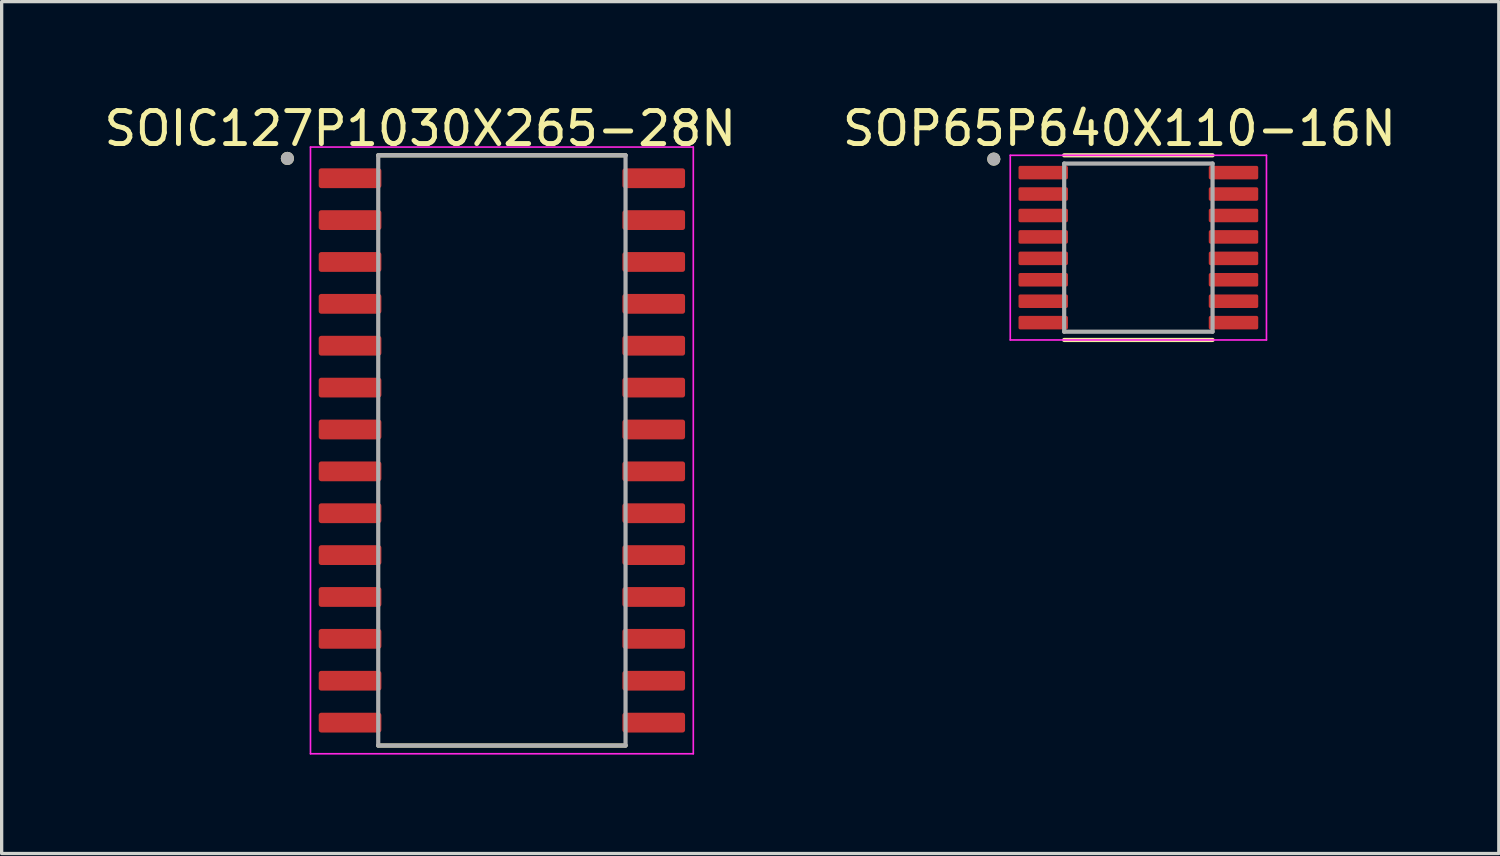
<source format=kicad_pcb>
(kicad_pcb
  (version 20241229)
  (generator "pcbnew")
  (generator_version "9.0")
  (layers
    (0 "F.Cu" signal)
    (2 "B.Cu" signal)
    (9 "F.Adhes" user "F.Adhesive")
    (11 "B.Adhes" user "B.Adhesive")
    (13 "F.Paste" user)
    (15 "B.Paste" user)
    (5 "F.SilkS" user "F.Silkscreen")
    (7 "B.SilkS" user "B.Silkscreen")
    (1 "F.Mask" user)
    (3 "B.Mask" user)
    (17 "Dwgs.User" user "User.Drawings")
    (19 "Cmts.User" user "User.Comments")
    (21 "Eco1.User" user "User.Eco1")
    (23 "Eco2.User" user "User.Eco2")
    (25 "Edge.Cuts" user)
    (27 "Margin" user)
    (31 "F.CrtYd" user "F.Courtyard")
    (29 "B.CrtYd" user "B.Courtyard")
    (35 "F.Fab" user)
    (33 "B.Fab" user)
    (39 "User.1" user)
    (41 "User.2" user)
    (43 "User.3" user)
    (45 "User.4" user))
  (footprint "SOP65P640X110-16N"
    (layer "F.Cu")
    (at 31.474 4.46)
    (property "Reference" "SOP65P640X110-16N" (at -0.575 -3.612 0) (layer "F.SilkS") (effects (font (size 1 1) (thickness 0.15))))
    (attr smd)
    (fp_line (start -2.25 -2.8) (end 2.25 -2.8) (stroke (width 0.127) (type solid)) (layer "F.SilkS"))
    (fp_line (start -2.25 2.8) (end 2.25 2.8) (stroke (width 0.127) (type solid)) (layer "F.SilkS"))
    (fp_circle (center -4.385 -2.685) (end -4.285 -2.685) (stroke (width 0.2) (type solid)) (fill no) (layer "F.SilkS"))
    (fp_line (start -3.885 -2.8) (end -3.885 2.8) (stroke (width 0.05) (type solid)) (layer "F.CrtYd"))
    (fp_line (start -3.885 -2.8) (end 3.885 -2.8) (stroke (width 0.05) (type solid)) (layer "F.CrtYd"))
    (fp_line (start -3.885 2.8) (end 3.885 2.8) (stroke (width 0.05) (type solid)) (layer "F.CrtYd"))
    (fp_line (start 3.885 -2.8) (end 3.885 2.8) (stroke (width 0.05) (type solid)) (layer "F.CrtYd"))
    (fp_line (start -2.25 -2.55) (end -2.25 2.55) (stroke (width 0.127) (type solid)) (layer "F.Fab"))
    (fp_line (start -2.25 -2.55) (end 2.25 -2.55) (stroke (width 0.127) (type solid)) (layer "F.Fab"))
    (fp_line (start -2.25 2.55) (end 2.25 2.55) (stroke (width 0.127) (type solid)) (layer "F.Fab"))
    (fp_line (start 2.25 -2.55) (end 2.25 2.55) (stroke (width 0.127) (type solid)) (layer "F.Fab"))
    (fp_circle (center -4.385 -2.685) (end -4.285 -2.685) (stroke (width 0.2) (type solid)) (fill no) (layer "F.Fab"))
    (pad "1" smd roundrect (at -2.885 -2.275) (size 1.5 0.41) (layers "F.Cu" "F.Mask" "F.Paste") (roundrect_rratio 0.125))
    (pad "2" smd roundrect (at -2.885 -1.625) (size 1.5 0.41) (layers "F.Cu" "F.Mask" "F.Paste") (roundrect_rratio 0.125))
    (pad "3" smd roundrect (at -2.885 -0.975) (size 1.5 0.41) (layers "F.Cu" "F.Mask" "F.Paste") (roundrect_rratio 0.125))
    (pad "4" smd roundrect (at -2.885 -0.325) (size 1.5 0.41) (layers "F.Cu" "F.Mask" "F.Paste") (roundrect_rratio 0.125))
    (pad "5" smd roundrect (at -2.885 0.325) (size 1.5 0.41) (layers "F.Cu" "F.Mask" "F.Paste") (roundrect_rratio 0.125))
    (pad "6" smd roundrect (at -2.885 0.975) (size 1.5 0.41) (layers "F.Cu" "F.Mask" "F.Paste") (roundrect_rratio 0.125))
    (pad "7" smd roundrect (at -2.885 1.625) (size 1.5 0.41) (layers "F.Cu" "F.Mask" "F.Paste") (roundrect_rratio 0.125))
    (pad "8" smd roundrect (at -2.885 2.275) (size 1.5 0.41) (layers "F.Cu" "F.Mask" "F.Paste") (roundrect_rratio 0.125))
    (pad "9" smd roundrect (at 2.885 2.275) (size 1.5 0.41) (layers "F.Cu" "F.Mask" "F.Paste") (roundrect_rratio 0.125))
    (pad "10" smd roundrect (at 2.885 1.625) (size 1.5 0.41) (layers "F.Cu" "F.Mask" "F.Paste") (roundrect_rratio 0.125))
    (pad "11" smd roundrect (at 2.885 0.975) (size 1.5 0.41) (layers "F.Cu" "F.Mask" "F.Paste") (roundrect_rratio 0.125))
    (pad "12" smd roundrect (at 2.885 0.325) (size 1.5 0.41) (layers "F.Cu" "F.Mask" "F.Paste") (roundrect_rratio 0.125))
    (pad "13" smd roundrect (at 2.885 -0.325) (size 1.5 0.41) (layers "F.Cu" "F.Mask" "F.Paste") (roundrect_rratio 0.125))
    (pad "14" smd roundrect (at 2.885 -0.975) (size 1.5 0.41) (layers "F.Cu" "F.Mask" "F.Paste") (roundrect_rratio 0.125))
    (pad "15" smd roundrect (at 2.885 -1.625) (size 1.5 0.41) (layers "F.Cu" "F.Mask" "F.Paste") (roundrect_rratio 0.125))
    (pad "16" smd roundrect (at 2.885 -2.275) (size 1.5 0.41) (layers "F.Cu" "F.Mask" "F.Paste") (roundrect_rratio 0.125)))
  (footprint "SOIC127P1030X265-28N"
    (layer "F.Cu")
    (at 12.171 10.61)
    (property "Reference" "SOIC127P1030X265-28N" (at -2.475 -9.762 0) (layer "F.SilkS") (effects (font (size 1 1) (thickness 0.15))))
    (attr smd)
    (fp_line (start -3.75 -8.95) (end 3.75 -8.95) (stroke (width 0.127) (type solid)) (layer "F.SilkS"))
    (fp_line (start -3.75 8.95) (end 3.75 8.95) (stroke (width 0.127) (type solid)) (layer "F.SilkS"))
    (fp_circle (center -6.505 -8.855) (end -6.405 -8.855) (stroke (width 0.2) (type solid)) (fill no) (layer "F.SilkS"))
    (fp_line (start -5.805 -9.2) (end -5.805 9.2) (stroke (width 0.05) (type solid)) (layer "F.CrtYd"))
    (fp_line (start -5.805 -9.2) (end 5.805 -9.2) (stroke (width 0.05) (type solid)) (layer "F.CrtYd"))
    (fp_line (start -5.805 9.2) (end 5.805 9.2) (stroke (width 0.05) (type solid)) (layer "F.CrtYd"))
    (fp_line (start 5.805 -9.2) (end 5.805 9.2) (stroke (width 0.05) (type solid)) (layer "F.CrtYd"))
    (fp_line (start -3.75 -8.95) (end -3.75 8.95) (stroke (width 0.127) (type solid)) (layer "F.Fab"))
    (fp_line (start -3.75 -8.95) (end 3.75 -8.95) (stroke (width 0.127) (type solid)) (layer "F.Fab"))
    (fp_line (start -3.75 8.95) (end 3.75 8.95) (stroke (width 0.127) (type solid)) (layer "F.Fab"))
    (fp_line (start 3.75 -8.95) (end 3.75 8.95) (stroke (width 0.127) (type solid)) (layer "F.Fab"))
    (fp_circle (center -6.505 -8.855) (end -6.405 -8.855) (stroke (width 0.2) (type solid)) (fill no) (layer "F.Fab"))
    (pad "1" smd roundrect (at -4.605 -8.255) (size 1.9 0.6) (layers "F.Cu" "F.Mask" "F.Paste") (roundrect_rratio 0.125))
    (pad "2" smd roundrect (at -4.605 -6.985) (size 1.9 0.6) (layers "F.Cu" "F.Mask" "F.Paste") (roundrect_rratio 0.125))
    (pad "3" smd roundrect (at -4.605 -5.715) (size 1.9 0.6) (layers "F.Cu" "F.Mask" "F.Paste") (roundrect_rratio 0.125))
    (pad "4" smd roundrect (at -4.605 -4.445) (size 1.9 0.6) (layers "F.Cu" "F.Mask" "F.Paste") (roundrect_rratio 0.125))
    (pad "5" smd roundrect (at -4.605 -3.175) (size 1.9 0.6) (layers "F.Cu" "F.Mask" "F.Paste") (roundrect_rratio 0.125))
    (pad "6" smd roundrect (at -4.605 -1.905) (size 1.9 0.6) (layers "F.Cu" "F.Mask" "F.Paste") (roundrect_rratio 0.125))
    (pad "7" smd roundrect (at -4.605 -0.635) (size 1.9 0.6) (layers "F.Cu" "F.Mask" "F.Paste") (roundrect_rratio 0.125))
    (pad "8" smd roundrect (at -4.605 0.635) (size 1.9 0.6) (layers "F.Cu" "F.Mask" "F.Paste") (roundrect_rratio 0.125))
    (pad "9" smd roundrect (at -4.605 1.905) (size 1.9 0.6) (layers "F.Cu" "F.Mask" "F.Paste") (roundrect_rratio 0.125))
    (pad "10" smd roundrect (at -4.605 3.175) (size 1.9 0.6) (layers "F.Cu" "F.Mask" "F.Paste") (roundrect_rratio 0.125))
    (pad "11" smd roundrect (at -4.605 4.445) (size 1.9 0.6) (layers "F.Cu" "F.Mask" "F.Paste") (roundrect_rratio 0.125))
    (pad "12" smd roundrect (at -4.605 5.715) (size 1.9 0.6) (layers "F.Cu" "F.Mask" "F.Paste") (roundrect_rratio 0.125))
    (pad "13" smd roundrect (at -4.605 6.985) (size 1.9 0.6) (layers "F.Cu" "F.Mask" "F.Paste") (roundrect_rratio 0.125))
    (pad "14" smd roundrect (at -4.605 8.255) (size 1.9 0.6) (layers "F.Cu" "F.Mask" "F.Paste") (roundrect_rratio 0.125))
    (pad "15" smd roundrect (at 4.605 8.255) (size 1.9 0.6) (layers "F.Cu" "F.Mask" "F.Paste") (roundrect_rratio 0.125))
    (pad "16" smd roundrect (at 4.605 6.985) (size 1.9 0.6) (layers "F.Cu" "F.Mask" "F.Paste") (roundrect_rratio 0.125))
    (pad "17" smd roundrect (at 4.605 5.715) (size 1.9 0.6) (layers "F.Cu" "F.Mask" "F.Paste") (roundrect_rratio 0.125))
    (pad "18" smd roundrect (at 4.605 4.445) (size 1.9 0.6) (layers "F.Cu" "F.Mask" "F.Paste") (roundrect_rratio 0.125))
    (pad "19" smd roundrect (at 4.605 3.175) (size 1.9 0.6) (layers "F.Cu" "F.Mask" "F.Paste") (roundrect_rratio 0.125))
    (pad "20" smd roundrect (at 4.605 1.905) (size 1.9 0.6) (layers "F.Cu" "F.Mask" "F.Paste") (roundrect_rratio 0.125))
    (pad "21" smd roundrect (at 4.605 0.635) (size 1.9 0.6) (layers "F.Cu" "F.Mask" "F.Paste") (roundrect_rratio 0.125))
    (pad "22" smd roundrect (at 4.605 -0.635) (size 1.9 0.6) (layers "F.Cu" "F.Mask" "F.Paste") (roundrect_rratio 0.125))
    (pad "23" smd roundrect (at 4.605 -1.905) (size 1.9 0.6) (layers "F.Cu" "F.Mask" "F.Paste") (roundrect_rratio 0.125))
    (pad "24" smd roundrect (at 4.605 -3.175) (size 1.9 0.6) (layers "F.Cu" "F.Mask" "F.Paste") (roundrect_rratio 0.125))
    (pad "25" smd roundrect (at 4.605 -4.445) (size 1.9 0.6) (layers "F.Cu" "F.Mask" "F.Paste") (roundrect_rratio 0.125))
    (pad "26" smd roundrect (at 4.605 -5.715) (size 1.9 0.6) (layers "F.Cu" "F.Mask" "F.Paste") (roundrect_rratio 0.125))
    (pad "27" smd roundrect (at 4.605 -6.985) (size 1.9 0.6) (layers "F.Cu" "F.Mask" "F.Paste") (roundrect_rratio 0.125))
    (pad "28" smd roundrect (at 4.605 -8.255) (size 1.9 0.6) (layers "F.Cu" "F.Mask" "F.Paste") (roundrect_rratio 0.125)))
  (gr_rect
    (start -3 -3)
    (end 42.405 22.835)
    (stroke (width 0.1) (type default))
    (fill no)
    (layer "Edge.Cuts")))
</source>
